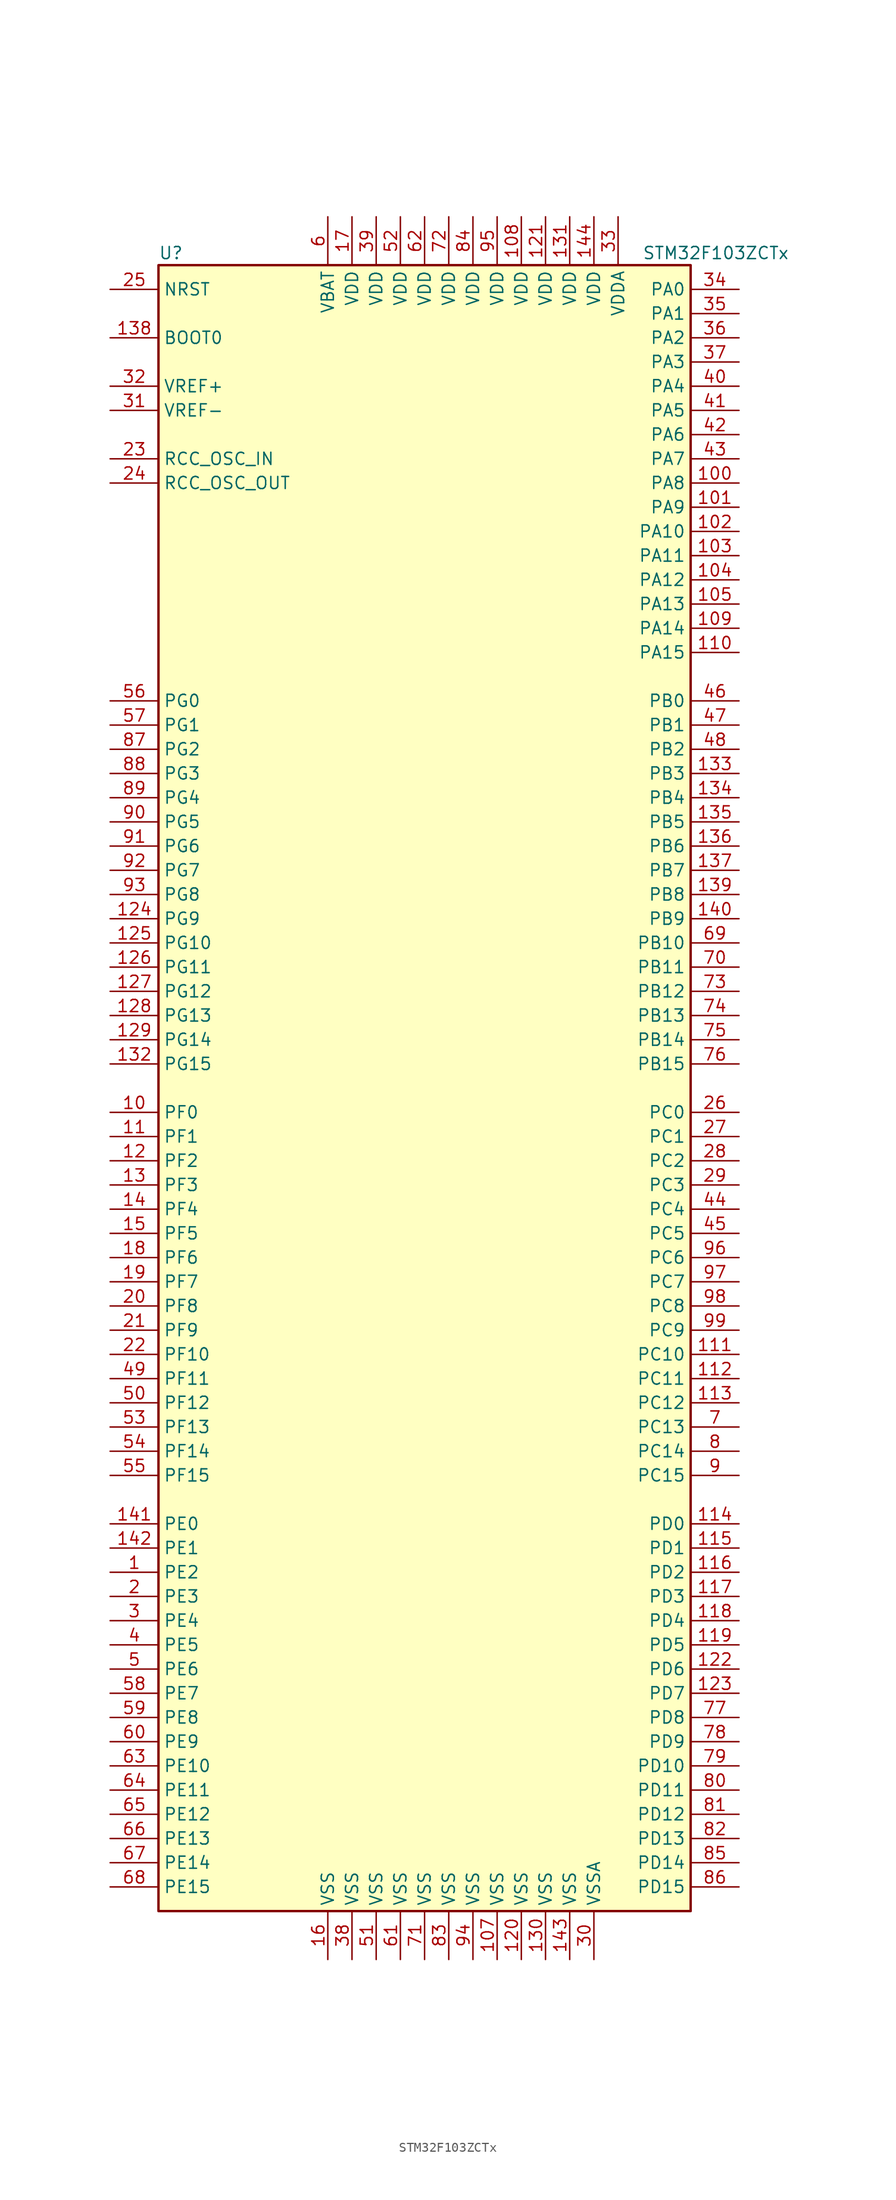
<source format=kicad_sym>
(kicad_symbol_lib
  (version 20211014)
  (generator kicad_symbol_editor)
  (symbol "STM32F103ZCTx"
    (property "Reference" "U"
      (at -27.94 87.63 0)
      (effects (font (size 1.27 1.27)) (justify left)))
    (property "Value" "STM32F103ZCTx"
      (at 22.86 87.63 0)
      (effects (font (size 1.27 1.27)) (justify left)))
    (symbol "STM32F103ZCTx_0_1"
      (rectangle (start -27.94 -86.36) (end 27.94 86.36) (stroke (width 0.254) (type default) (color 0 0 0 0)) (fill (type background))))
    (symbol "STM32F103ZCTx_1_1"
      (pin bidirectional line (at -33.02 -50.8 0) (length 5.08) (name "PE2" (effects (font (size 1.27 1.27)))) (number "1" (effects (font (size 1.27 1.27)))))
      (pin bidirectional line (at -33.02 -2.54 0) (length 5.08) (name "PF0" (effects (font (size 1.27 1.27)))) (number "10" (effects (font (size 1.27 1.27)))))
      (pin bidirectional line (at 33.02 63.5 180) (length 5.08) (name "PA8" (effects (font (size 1.27 1.27)))) (number "100" (effects (font (size 1.27 1.27)))))
      (pin bidirectional line (at 33.02 60.96 180) (length 5.08) (name "PA9" (effects (font (size 1.27 1.27)))) (number "101" (effects (font (size 1.27 1.27)))))
      (pin bidirectional line (at 33.02 58.42 180) (length 5.08) (name "PA10" (effects (font (size 1.27 1.27)))) (number "102" (effects (font (size 1.27 1.27)))))
      (pin bidirectional line (at 33.02 55.88 180) (length 5.08) (name "PA11" (effects (font (size 1.27 1.27)))) (number "103" (effects (font (size 1.27 1.27)))))
      (pin bidirectional line (at 33.02 53.34 180) (length 5.08) (name "PA12" (effects (font (size 1.27 1.27)))) (number "104" (effects (font (size 1.27 1.27)))))
      (pin bidirectional line (at 33.02 50.8 180) (length 5.08) (name "PA13" (effects (font (size 1.27 1.27)))) (number "105" (effects (font (size 1.27 1.27)))))
      (pin no_connect line (at -27.94 -83.82 0) (length 5.08) hide (name "NC" (effects (font (size 1.27 1.27)))) (number "106" (effects (font (size 1.27 1.27)))))
      (pin power_in line (at 7.62 -91.44 90) (length 5.08) (name "VSS" (effects (font (size 1.27 1.27)))) (number "107" (effects (font (size 1.27 1.27)))))
      (pin power_in line (at 10.16 91.44 270) (length 5.08) (name "VDD" (effects (font (size 1.27 1.27)))) (number "108" (effects (font (size 1.27 1.27)))))
      (pin bidirectional line (at 33.02 48.26 180) (length 5.08) (name "PA14" (effects (font (size 1.27 1.27)))) (number "109" (effects (font (size 1.27 1.27)))))
      (pin bidirectional line (at -33.02 -5.08 0) (length 5.08) (name "PF1" (effects (font (size 1.27 1.27)))) (number "11" (effects (font (size 1.27 1.27)))))
      (pin bidirectional line (at 33.02 45.72 180) (length 5.08) (name "PA15" (effects (font (size 1.27 1.27)))) (number "110" (effects (font (size 1.27 1.27)))))
      (pin bidirectional line (at 33.02 -27.94 180) (length 5.08) (name "PC10" (effects (font (size 1.27 1.27)))) (number "111" (effects (font (size 1.27 1.27)))))
      (pin bidirectional line (at 33.02 -30.48 180) (length 5.08) (name "PC11" (effects (font (size 1.27 1.27)))) (number "112" (effects (font (size 1.27 1.27)))))
      (pin bidirectional line (at 33.02 -33.02 180) (length 5.08) (name "PC12" (effects (font (size 1.27 1.27)))) (number "113" (effects (font (size 1.27 1.27)))))
      (pin bidirectional line (at 33.02 -45.72 180) (length 5.08) (name "PD0" (effects (font (size 1.27 1.27)))) (number "114" (effects (font (size 1.27 1.27)))))
      (pin bidirectional line (at 33.02 -48.26 180) (length 5.08) (name "PD1" (effects (font (size 1.27 1.27)))) (number "115" (effects (font (size 1.27 1.27)))))
      (pin bidirectional line (at 33.02 -50.8 180) (length 5.08) (name "PD2" (effects (font (size 1.27 1.27)))) (number "116" (effects (font (size 1.27 1.27)))))
      (pin bidirectional line (at 33.02 -53.34 180) (length 5.08) (name "PD3" (effects (font (size 1.27 1.27)))) (number "117" (effects (font (size 1.27 1.27)))))
      (pin bidirectional line (at 33.02 -55.88 180) (length 5.08) (name "PD4" (effects (font (size 1.27 1.27)))) (number "118" (effects (font (size 1.27 1.27)))))
      (pin bidirectional line (at 33.02 -58.42 180) (length 5.08) (name "PD5" (effects (font (size 1.27 1.27)))) (number "119" (effects (font (size 1.27 1.27)))))
      (pin bidirectional line (at -33.02 -7.62 0) (length 5.08) (name "PF2" (effects (font (size 1.27 1.27)))) (number "12" (effects (font (size 1.27 1.27)))))
      (pin power_in line (at 10.16 -91.44 90) (length 5.08) (name "VSS" (effects (font (size 1.27 1.27)))) (number "120" (effects (font (size 1.27 1.27)))))
      (pin power_in line (at 12.7 91.44 270) (length 5.08) (name "VDD" (effects (font (size 1.27 1.27)))) (number "121" (effects (font (size 1.27 1.27)))))
      (pin bidirectional line (at 33.02 -60.96 180) (length 5.08) (name "PD6" (effects (font (size 1.27 1.27)))) (number "122" (effects (font (size 1.27 1.27)))))
      (pin bidirectional line (at 33.02 -63.5 180) (length 5.08) (name "PD7" (effects (font (size 1.27 1.27)))) (number "123" (effects (font (size 1.27 1.27)))))
      (pin bidirectional line (at -33.02 17.78 0) (length 5.08) (name "PG9" (effects (font (size 1.27 1.27)))) (number "124" (effects (font (size 1.27 1.27)))))
      (pin bidirectional line (at -33.02 15.24 0) (length 5.08) (name "PG10" (effects (font (size 1.27 1.27)))) (number "125" (effects (font (size 1.27 1.27)))))
      (pin bidirectional line (at -33.02 12.7 0) (length 5.08) (name "PG11" (effects (font (size 1.27 1.27)))) (number "126" (effects (font (size 1.27 1.27)))))
      (pin bidirectional line (at -33.02 10.16 0) (length 5.08) (name "PG12" (effects (font (size 1.27 1.27)))) (number "127" (effects (font (size 1.27 1.27)))))
      (pin bidirectional line (at -33.02 7.62 0) (length 5.08) (name "PG13" (effects (font (size 1.27 1.27)))) (number "128" (effects (font (size 1.27 1.27)))))
      (pin bidirectional line (at -33.02 5.08 0) (length 5.08) (name "PG14" (effects (font (size 1.27 1.27)))) (number "129" (effects (font (size 1.27 1.27)))))
      (pin bidirectional line (at -33.02 -10.16 0) (length 5.08) (name "PF3" (effects (font (size 1.27 1.27)))) (number "13" (effects (font (size 1.27 1.27)))))
      (pin power_in line (at 12.7 -91.44 90) (length 5.08) (name "VSS" (effects (font (size 1.27 1.27)))) (number "130" (effects (font (size 1.27 1.27)))))
      (pin power_in line (at 15.24 91.44 270) (length 5.08) (name "VDD" (effects (font (size 1.27 1.27)))) (number "131" (effects (font (size 1.27 1.27)))))
      (pin bidirectional line (at -33.02 2.54 0) (length 5.08) (name "PG15" (effects (font (size 1.27 1.27)))) (number "132" (effects (font (size 1.27 1.27)))))
      (pin bidirectional line (at 33.02 33.02 180) (length 5.08) (name "PB3" (effects (font (size 1.27 1.27)))) (number "133" (effects (font (size 1.27 1.27)))))
      (pin bidirectional line (at 33.02 30.48 180) (length 5.08) (name "PB4" (effects (font (size 1.27 1.27)))) (number "134" (effects (font (size 1.27 1.27)))))
      (pin bidirectional line (at 33.02 27.94 180) (length 5.08) (name "PB5" (effects (font (size 1.27 1.27)))) (number "135" (effects (font (size 1.27 1.27)))))
      (pin bidirectional line (at 33.02 25.4 180) (length 5.08) (name "PB6" (effects (font (size 1.27 1.27)))) (number "136" (effects (font (size 1.27 1.27)))))
      (pin bidirectional line (at 33.02 22.86 180) (length 5.08) (name "PB7" (effects (font (size 1.27 1.27)))) (number "137" (effects (font (size 1.27 1.27)))))
      (pin input line (at -33.02 78.74 0) (length 5.08) (name "BOOT0" (effects (font (size 1.27 1.27)))) (number "138" (effects (font (size 1.27 1.27)))))
      (pin bidirectional line (at 33.02 20.32 180) (length 5.08) (name "PB8" (effects (font (size 1.27 1.27)))) (number "139" (effects (font (size 1.27 1.27)))))
      (pin bidirectional line (at -33.02 -12.7 0) (length 5.08) (name "PF4" (effects (font (size 1.27 1.27)))) (number "14" (effects (font (size 1.27 1.27)))))
      (pin bidirectional line (at 33.02 17.78 180) (length 5.08) (name "PB9" (effects (font (size 1.27 1.27)))) (number "140" (effects (font (size 1.27 1.27)))))
      (pin bidirectional line (at -33.02 -45.72 0) (length 5.08) (name "PE0" (effects (font (size 1.27 1.27)))) (number "141" (effects (font (size 1.27 1.27)))))
      (pin bidirectional line (at -33.02 -48.26 0) (length 5.08) (name "PE1" (effects (font (size 1.27 1.27)))) (number "142" (effects (font (size 1.27 1.27)))))
      (pin power_in line (at 15.24 -91.44 90) (length 5.08) (name "VSS" (effects (font (size 1.27 1.27)))) (number "143" (effects (font (size 1.27 1.27)))))
      (pin power_in line (at 17.78 91.44 270) (length 5.08) (name "VDD" (effects (font (size 1.27 1.27)))) (number "144" (effects (font (size 1.27 1.27)))))
      (pin bidirectional line (at -33.02 -15.24 0) (length 5.08) (name "PF5" (effects (font (size 1.27 1.27)))) (number "15" (effects (font (size 1.27 1.27)))))
      (pin power_in line (at -10.16 -91.44 90) (length 5.08) (name "VSS" (effects (font (size 1.27 1.27)))) (number "16" (effects (font (size 1.27 1.27)))))
      (pin power_in line (at -7.62 91.44 270) (length 5.08) (name "VDD" (effects (font (size 1.27 1.27)))) (number "17" (effects (font (size 1.27 1.27)))))
      (pin bidirectional line (at -33.02 -17.78 0) (length 5.08) (name "PF6" (effects (font (size 1.27 1.27)))) (number "18" (effects (font (size 1.27 1.27)))))
      (pin bidirectional line (at -33.02 -20.32 0) (length 5.08) (name "PF7" (effects (font (size 1.27 1.27)))) (number "19" (effects (font (size 1.27 1.27)))))
      (pin bidirectional line (at -33.02 -53.34 0) (length 5.08) (name "PE3" (effects (font (size 1.27 1.27)))) (number "2" (effects (font (size 1.27 1.27)))))
      (pin bidirectional line (at -33.02 -22.86 0) (length 5.08) (name "PF8" (effects (font (size 1.27 1.27)))) (number "20" (effects (font (size 1.27 1.27)))))
      (pin bidirectional line (at -33.02 -25.4 0) (length 5.08) (name "PF9" (effects (font (size 1.27 1.27)))) (number "21" (effects (font (size 1.27 1.27)))))
      (pin bidirectional line (at -33.02 -27.94 0) (length 5.08) (name "PF10" (effects (font (size 1.27 1.27)))) (number "22" (effects (font (size 1.27 1.27)))))
      (pin input line (at -33.02 66.04 0) (length 5.08) (name "RCC_OSC_IN" (effects (font (size 1.27 1.27)))) (number "23" (effects (font (size 1.27 1.27)))))
      (pin input line (at -33.02 63.5 0) (length 5.08) (name "RCC_OSC_OUT" (effects (font (size 1.27 1.27)))) (number "24" (effects (font (size 1.27 1.27)))))
      (pin input line (at -33.02 83.82 0) (length 5.08) (name "NRST" (effects (font (size 1.27 1.27)))) (number "25" (effects (font (size 1.27 1.27)))))
      (pin bidirectional line (at 33.02 -2.54 180) (length 5.08) (name "PC0" (effects (font (size 1.27 1.27)))) (number "26" (effects (font (size 1.27 1.27)))))
      (pin bidirectional line (at 33.02 -5.08 180) (length 5.08) (name "PC1" (effects (font (size 1.27 1.27)))) (number "27" (effects (font (size 1.27 1.27)))))
      (pin bidirectional line (at 33.02 -7.62 180) (length 5.08) (name "PC2" (effects (font (size 1.27 1.27)))) (number "28" (effects (font (size 1.27 1.27)))))
      (pin bidirectional line (at 33.02 -10.16 180) (length 5.08) (name "PC3" (effects (font (size 1.27 1.27)))) (number "29" (effects (font (size 1.27 1.27)))))
      (pin bidirectional line (at -33.02 -55.88 0) (length 5.08) (name "PE4" (effects (font (size 1.27 1.27)))) (number "3" (effects (font (size 1.27 1.27)))))
      (pin power_in line (at 17.78 -91.44 90) (length 5.08) (name "VSSA" (effects (font (size 1.27 1.27)))) (number "30" (effects (font (size 1.27 1.27)))))
      (pin power_in line (at -33.02 71.12 0) (length 5.08) (name "VREF-" (effects (font (size 1.27 1.27)))) (number "31" (effects (font (size 1.27 1.27)))))
      (pin power_in line (at -33.02 73.66 0) (length 5.08) (name "VREF+" (effects (font (size 1.27 1.27)))) (number "32" (effects (font (size 1.27 1.27)))))
      (pin power_in line (at 20.32 91.44 270) (length 5.08) (name "VDDA" (effects (font (size 1.27 1.27)))) (number "33" (effects (font (size 1.27 1.27)))))
      (pin bidirectional line (at 33.02 83.82 180) (length 5.08) (name "PA0" (effects (font (size 1.27 1.27)))) (number "34" (effects (font (size 1.27 1.27)))))
      (pin bidirectional line (at 33.02 81.28 180) (length 5.08) (name "PA1" (effects (font (size 1.27 1.27)))) (number "35" (effects (font (size 1.27 1.27)))))
      (pin bidirectional line (at 33.02 78.74 180) (length 5.08) (name "PA2" (effects (font (size 1.27 1.27)))) (number "36" (effects (font (size 1.27 1.27)))))
      (pin bidirectional line (at 33.02 76.2 180) (length 5.08) (name "PA3" (effects (font (size 1.27 1.27)))) (number "37" (effects (font (size 1.27 1.27)))))
      (pin power_in line (at -7.62 -91.44 90) (length 5.08) (name "VSS" (effects (font (size 1.27 1.27)))) (number "38" (effects (font (size 1.27 1.27)))))
      (pin power_in line (at -5.08 91.44 270) (length 5.08) (name "VDD" (effects (font (size 1.27 1.27)))) (number "39" (effects (font (size 1.27 1.27)))))
      (pin bidirectional line (at -33.02 -58.42 0) (length 5.08) (name "PE5" (effects (font (size 1.27 1.27)))) (number "4" (effects (font (size 1.27 1.27)))))
      (pin bidirectional line (at 33.02 73.66 180) (length 5.08) (name "PA4" (effects (font (size 1.27 1.27)))) (number "40" (effects (font (size 1.27 1.27)))))
      (pin bidirectional line (at 33.02 71.12 180) (length 5.08) (name "PA5" (effects (font (size 1.27 1.27)))) (number "41" (effects (font (size 1.27 1.27)))))
      (pin bidirectional line (at 33.02 68.58 180) (length 5.08) (name "PA6" (effects (font (size 1.27 1.27)))) (number "42" (effects (font (size 1.27 1.27)))))
      (pin bidirectional line (at 33.02 66.04 180) (length 5.08) (name "PA7" (effects (font (size 1.27 1.27)))) (number "43" (effects (font (size 1.27 1.27)))))
      (pin bidirectional line (at 33.02 -12.7 180) (length 5.08) (name "PC4" (effects (font (size 1.27 1.27)))) (number "44" (effects (font (size 1.27 1.27)))))
      (pin bidirectional line (at 33.02 -15.24 180) (length 5.08) (name "PC5" (effects (font (size 1.27 1.27)))) (number "45" (effects (font (size 1.27 1.27)))))
      (pin bidirectional line (at 33.02 40.64 180) (length 5.08) (name "PB0" (effects (font (size 1.27 1.27)))) (number "46" (effects (font (size 1.27 1.27)))))
      (pin bidirectional line (at 33.02 38.1 180) (length 5.08) (name "PB1" (effects (font (size 1.27 1.27)))) (number "47" (effects (font (size 1.27 1.27)))))
      (pin bidirectional line (at 33.02 35.56 180) (length 5.08) (name "PB2" (effects (font (size 1.27 1.27)))) (number "48" (effects (font (size 1.27 1.27)))))
      (pin bidirectional line (at -33.02 -30.48 0) (length 5.08) (name "PF11" (effects (font (size 1.27 1.27)))) (number "49" (effects (font (size 1.27 1.27)))))
      (pin bidirectional line (at -33.02 -60.96 0) (length 5.08) (name "PE6" (effects (font (size 1.27 1.27)))) (number "5" (effects (font (size 1.27 1.27)))))
      (pin bidirectional line (at -33.02 -33.02 0) (length 5.08) (name "PF12" (effects (font (size 1.27 1.27)))) (number "50" (effects (font (size 1.27 1.27)))))
      (pin power_in line (at -5.08 -91.44 90) (length 5.08) (name "VSS" (effects (font (size 1.27 1.27)))) (number "51" (effects (font (size 1.27 1.27)))))
      (pin power_in line (at -2.54 91.44 270) (length 5.08) (name "VDD" (effects (font (size 1.27 1.27)))) (number "52" (effects (font (size 1.27 1.27)))))
      (pin bidirectional line (at -33.02 -35.56 0) (length 5.08) (name "PF13" (effects (font (size 1.27 1.27)))) (number "53" (effects (font (size 1.27 1.27)))))
      (pin bidirectional line (at -33.02 -38.1 0) (length 5.08) (name "PF14" (effects (font (size 1.27 1.27)))) (number "54" (effects (font (size 1.27 1.27)))))
      (pin bidirectional line (at -33.02 -40.64 0) (length 5.08) (name "PF15" (effects (font (size 1.27 1.27)))) (number "55" (effects (font (size 1.27 1.27)))))
      (pin bidirectional line (at -33.02 40.64 0) (length 5.08) (name "PG0" (effects (font (size 1.27 1.27)))) (number "56" (effects (font (size 1.27 1.27)))))
      (pin bidirectional line (at -33.02 38.1 0) (length 5.08) (name "PG1" (effects (font (size 1.27 1.27)))) (number "57" (effects (font (size 1.27 1.27)))))
      (pin bidirectional line (at -33.02 -63.5 0) (length 5.08) (name "PE7" (effects (font (size 1.27 1.27)))) (number "58" (effects (font (size 1.27 1.27)))))
      (pin bidirectional line (at -33.02 -66.04 0) (length 5.08) (name "PE8" (effects (font (size 1.27 1.27)))) (number "59" (effects (font (size 1.27 1.27)))))
      (pin power_in line (at -10.16 91.44 270) (length 5.08) (name "VBAT" (effects (font (size 1.27 1.27)))) (number "6" (effects (font (size 1.27 1.27)))))
      (pin bidirectional line (at -33.02 -68.58 0) (length 5.08) (name "PE9" (effects (font (size 1.27 1.27)))) (number "60" (effects (font (size 1.27 1.27)))))
      (pin power_in line (at -2.54 -91.44 90) (length 5.08) (name "VSS" (effects (font (size 1.27 1.27)))) (number "61" (effects (font (size 1.27 1.27)))))
      (pin power_in line (at 0 91.44 270) (length 5.08) (name "VDD" (effects (font (size 1.27 1.27)))) (number "62" (effects (font (size 1.27 1.27)))))
      (pin bidirectional line (at -33.02 -71.12 0) (length 5.08) (name "PE10" (effects (font (size 1.27 1.27)))) (number "63" (effects (font (size 1.27 1.27)))))
      (pin bidirectional line (at -33.02 -73.66 0) (length 5.08) (name "PE11" (effects (font (size 1.27 1.27)))) (number "64" (effects (font (size 1.27 1.27)))))
      (pin bidirectional line (at -33.02 -76.2 0) (length 5.08) (name "PE12" (effects (font (size 1.27 1.27)))) (number "65" (effects (font (size 1.27 1.27)))))
      (pin bidirectional line (at -33.02 -78.74 0) (length 5.08) (name "PE13" (effects (font (size 1.27 1.27)))) (number "66" (effects (font (size 1.27 1.27)))))
      (pin bidirectional line (at -33.02 -81.28 0) (length 5.08) (name "PE14" (effects (font (size 1.27 1.27)))) (number "67" (effects (font (size 1.27 1.27)))))
      (pin bidirectional line (at -33.02 -83.82 0) (length 5.08) (name "PE15" (effects (font (size 1.27 1.27)))) (number "68" (effects (font (size 1.27 1.27)))))
      (pin bidirectional line (at 33.02 15.24 180) (length 5.08) (name "PB10" (effects (font (size 1.27 1.27)))) (number "69" (effects (font (size 1.27 1.27)))))
      (pin bidirectional line (at 33.02 -35.56 180) (length 5.08) (name "PC13" (effects (font (size 1.27 1.27)))) (number "7" (effects (font (size 1.27 1.27)))))
      (pin bidirectional line (at 33.02 12.7 180) (length 5.08) (name "PB11" (effects (font (size 1.27 1.27)))) (number "70" (effects (font (size 1.27 1.27)))))
      (pin power_in line (at 0 -91.44 90) (length 5.08) (name "VSS" (effects (font (size 1.27 1.27)))) (number "71" (effects (font (size 1.27 1.27)))))
      (pin power_in line (at 2.54 91.44 270) (length 5.08) (name "VDD" (effects (font (size 1.27 1.27)))) (number "72" (effects (font (size 1.27 1.27)))))
      (pin bidirectional line (at 33.02 10.16 180) (length 5.08) (name "PB12" (effects (font (size 1.27 1.27)))) (number "73" (effects (font (size 1.27 1.27)))))
      (pin bidirectional line (at 33.02 7.62 180) (length 5.08) (name "PB13" (effects (font (size 1.27 1.27)))) (number "74" (effects (font (size 1.27 1.27)))))
      (pin bidirectional line (at 33.02 5.08 180) (length 5.08) (name "PB14" (effects (font (size 1.27 1.27)))) (number "75" (effects (font (size 1.27 1.27)))))
      (pin bidirectional line (at 33.02 2.54 180) (length 5.08) (name "PB15" (effects (font (size 1.27 1.27)))) (number "76" (effects (font (size 1.27 1.27)))))
      (pin bidirectional line (at 33.02 -66.04 180) (length 5.08) (name "PD8" (effects (font (size 1.27 1.27)))) (number "77" (effects (font (size 1.27 1.27)))))
      (pin bidirectional line (at 33.02 -68.58 180) (length 5.08) (name "PD9" (effects (font (size 1.27 1.27)))) (number "78" (effects (font (size 1.27 1.27)))))
      (pin bidirectional line (at 33.02 -71.12 180) (length 5.08) (name "PD10" (effects (font (size 1.27 1.27)))) (number "79" (effects (font (size 1.27 1.27)))))
      (pin bidirectional line (at 33.02 -38.1 180) (length 5.08) (name "PC14" (effects (font (size 1.27 1.27)))) (number "8" (effects (font (size 1.27 1.27)))))
      (pin bidirectional line (at 33.02 -73.66 180) (length 5.08) (name "PD11" (effects (font (size 1.27 1.27)))) (number "80" (effects (font (size 1.27 1.27)))))
      (pin bidirectional line (at 33.02 -76.2 180) (length 5.08) (name "PD12" (effects (font (size 1.27 1.27)))) (number "81" (effects (font (size 1.27 1.27)))))
      (pin bidirectional line (at 33.02 -78.74 180) (length 5.08) (name "PD13" (effects (font (size 1.27 1.27)))) (number "82" (effects (font (size 1.27 1.27)))))
      (pin power_in line (at 2.54 -91.44 90) (length 5.08) (name "VSS" (effects (font (size 1.27 1.27)))) (number "83" (effects (font (size 1.27 1.27)))))
      (pin power_in line (at 5.08 91.44 270) (length 5.08) (name "VDD" (effects (font (size 1.27 1.27)))) (number "84" (effects (font (size 1.27 1.27)))))
      (pin bidirectional line (at 33.02 -81.28 180) (length 5.08) (name "PD14" (effects (font (size 1.27 1.27)))) (number "85" (effects (font (size 1.27 1.27)))))
      (pin bidirectional line (at 33.02 -83.82 180) (length 5.08) (name "PD15" (effects (font (size 1.27 1.27)))) (number "86" (effects (font (size 1.27 1.27)))))
      (pin bidirectional line (at -33.02 35.56 0) (length 5.08) (name "PG2" (effects (font (size 1.27 1.27)))) (number "87" (effects (font (size 1.27 1.27)))))
      (pin bidirectional line (at -33.02 33.02 0) (length 5.08) (name "PG3" (effects (font (size 1.27 1.27)))) (number "88" (effects (font (size 1.27 1.27)))))
      (pin bidirectional line (at -33.02 30.48 0) (length 5.08) (name "PG4" (effects (font (size 1.27 1.27)))) (number "89" (effects (font (size 1.27 1.27)))))
      (pin bidirectional line (at 33.02 -40.64 180) (length 5.08) (name "PC15" (effects (font (size 1.27 1.27)))) (number "9" (effects (font (size 1.27 1.27)))))
      (pin bidirectional line (at -33.02 27.94 0) (length 5.08) (name "PG5" (effects (font (size 1.27 1.27)))) (number "90" (effects (font (size 1.27 1.27)))))
      (pin bidirectional line (at -33.02 25.4 0) (length 5.08) (name "PG6" (effects (font (size 1.27 1.27)))) (number "91" (effects (font (size 1.27 1.27)))))
      (pin bidirectional line (at -33.02 22.86 0) (length 5.08) (name "PG7" (effects (font (size 1.27 1.27)))) (number "92" (effects (font (size 1.27 1.27)))))
      (pin bidirectional line (at -33.02 20.32 0) (length 5.08) (name "PG8" (effects (font (size 1.27 1.27)))) (number "93" (effects (font (size 1.27 1.27)))))
      (pin power_in line (at 5.08 -91.44 90) (length 5.08) (name "VSS" (effects (font (size 1.27 1.27)))) (number "94" (effects (font (size 1.27 1.27)))))
      (pin power_in line (at 7.62 91.44 270) (length 5.08) (name "VDD" (effects (font (size 1.27 1.27)))) (number "95" (effects (font (size 1.27 1.27)))))
      (pin bidirectional line (at 33.02 -17.78 180) (length 5.08) (name "PC6" (effects (font (size 1.27 1.27)))) (number "96" (effects (font (size 1.27 1.27)))))
      (pin bidirectional line (at 33.02 -20.32 180) (length 5.08) (name "PC7" (effects (font (size 1.27 1.27)))) (number "97" (effects (font (size 1.27 1.27)))))
      (pin bidirectional line (at 33.02 -22.86 180) (length 5.08) (name "PC8" (effects (font (size 1.27 1.27)))) (number "98" (effects (font (size 1.27 1.27)))))
      (pin bidirectional line (at 33.02 -25.4 180) (length 5.08) (name "PC9" (effects (font (size 1.27 1.27)))) (number "99" (effects (font (size 1.27 1.27))))))))
</source>
